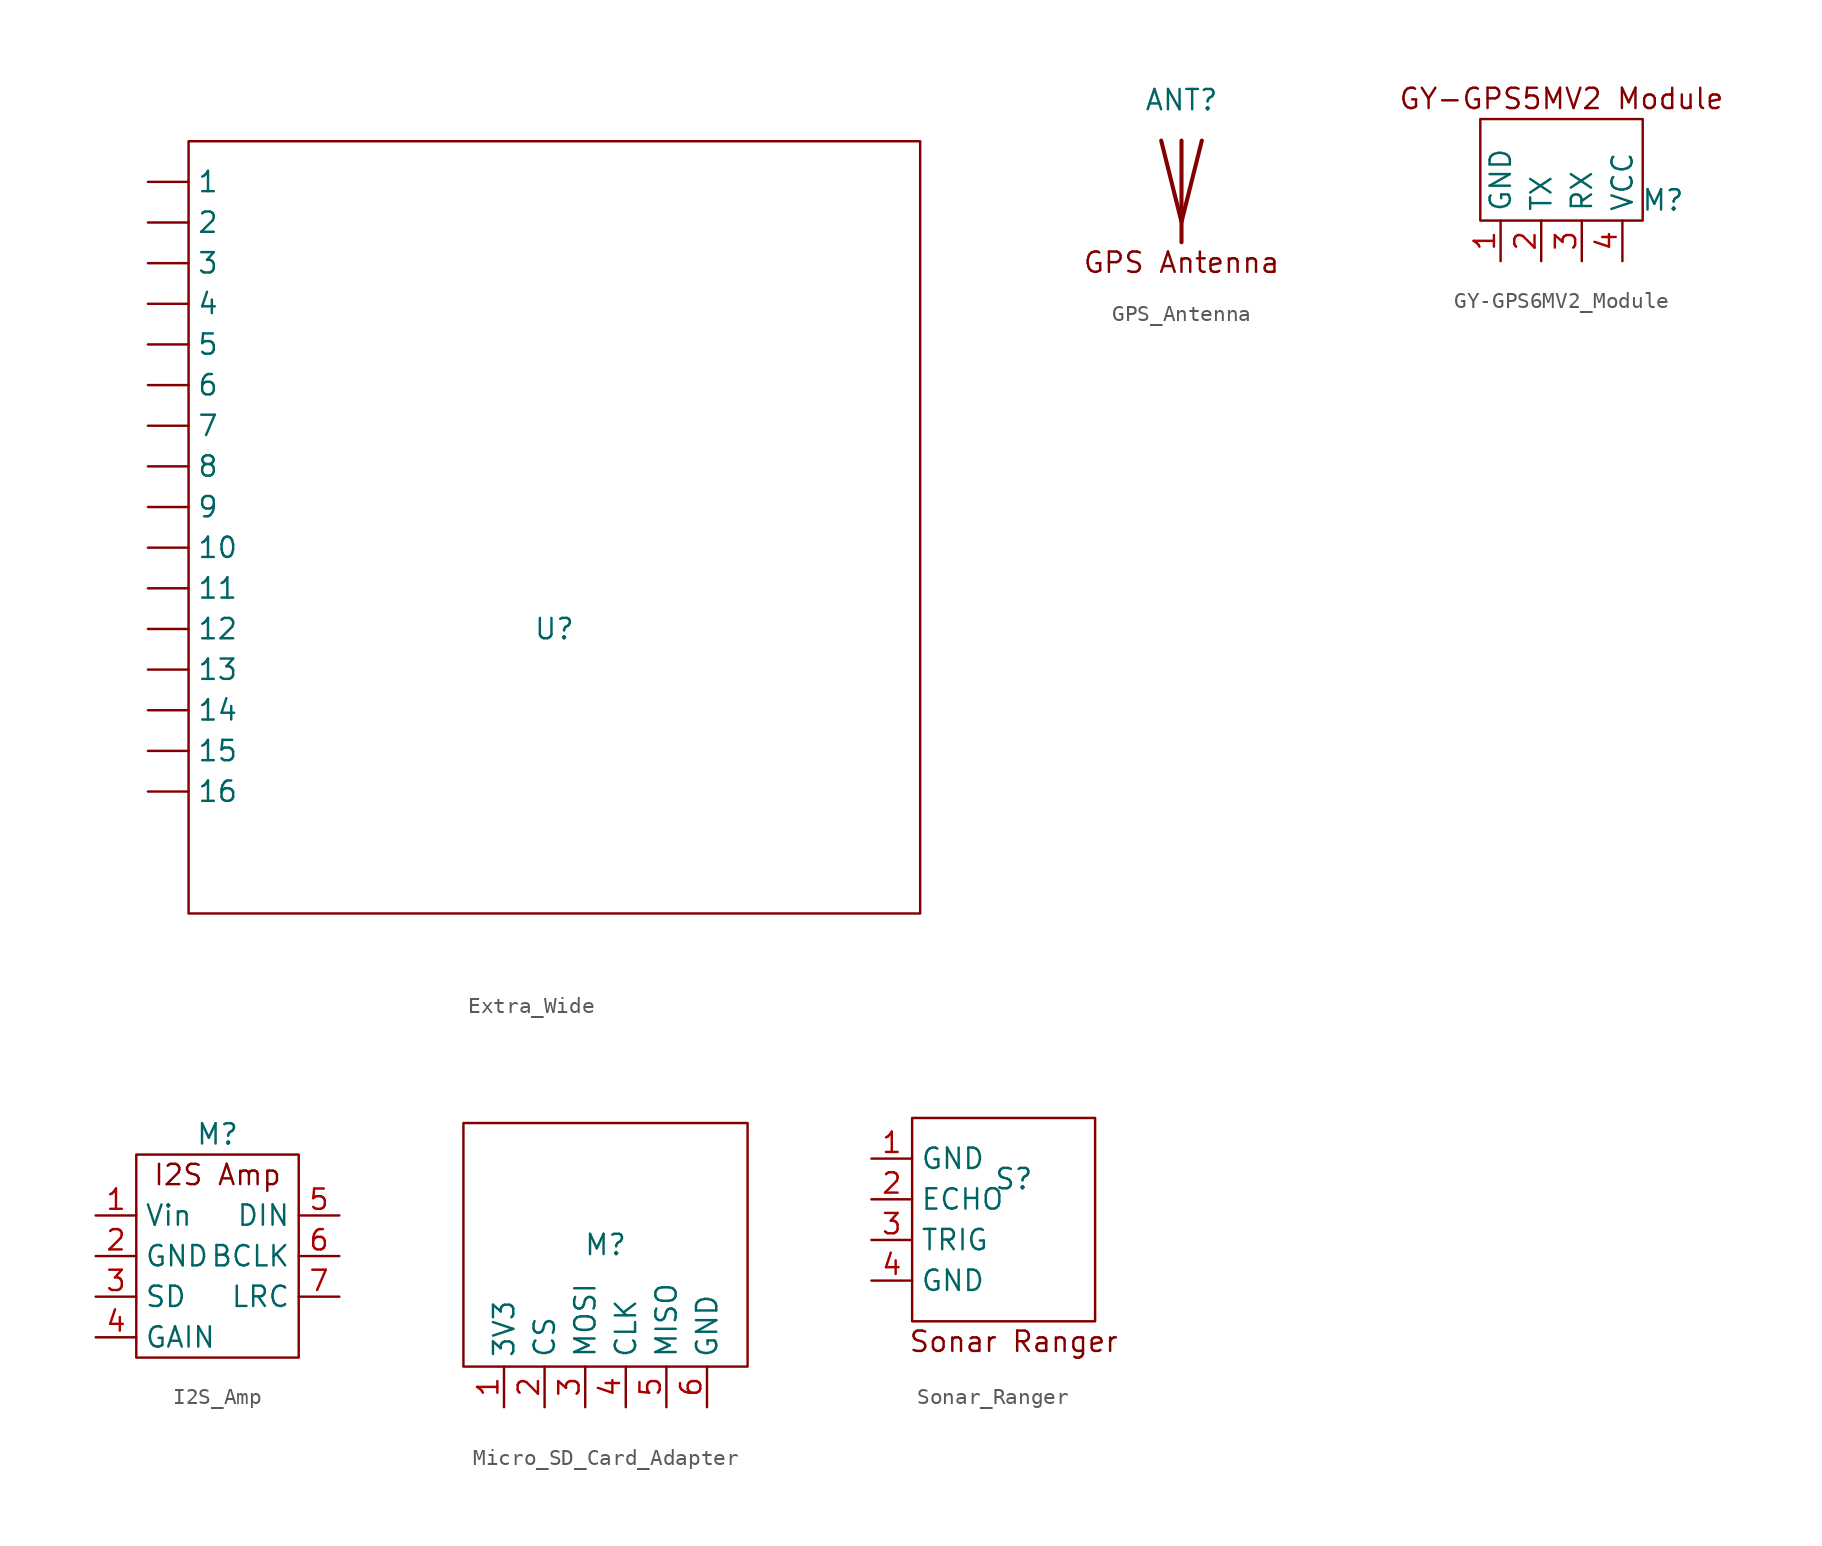
<source format=kicad_sym>
(kicad_symbol_lib
  (version 20231120)
  (generator "kicad_symbol_editor")
  (generator_version "8.0")
  (symbol "Extra_Wide"
    (property "Reference" "U"
      (at 0 0 0)
      (effects (font (size 1.27 1.27))))
    (property "Value" ""
      (at 0 0 0)
      (effects (font (size 1.27 1.27))))
    (symbol "Extra_Wide_0_1"
      (rectangle (start -22.86 30.48) (end 22.86 -17.78) (stroke (width 0) (type default)) (fill (type none))))
    (symbol "Extra_Wide_1_1"
      (pin input line (at -25.4 27.94 0) (length 2.54) (name "1" (effects (font (size 1.27 1.27)))) (number "" (effects (font (size 1.27 1.27)))))
      (pin input line (at -25.4 5.08 0) (length 2.54) (name "10" (effects (font (size 1.27 1.27)))) (number "" (effects (font (size 1.27 1.27)))))
      (pin input line (at -25.4 2.54 0) (length 2.54) (name "11" (effects (font (size 1.27 1.27)))) (number "" (effects (font (size 1.27 1.27)))))
      (pin input line (at -25.4 0 0) (length 2.54) (name "12" (effects (font (size 1.27 1.27)))) (number "" (effects (font (size 1.27 1.27)))))
      (pin input line (at -25.4 -2.54 0) (length 2.54) (name "13" (effects (font (size 1.27 1.27)))) (number "" (effects (font (size 1.27 1.27)))))
      (pin input line (at -25.4 -5.08 0) (length 2.54) (name "14" (effects (font (size 1.27 1.27)))) (number "" (effects (font (size 1.27 1.27)))))
      (pin input line (at -25.4 -7.62 0) (length 2.54) (name "15" (effects (font (size 1.27 1.27)))) (number "" (effects (font (size 1.27 1.27)))))
      (pin input line (at -25.4 -10.16 0) (length 2.54) (name "16" (effects (font (size 1.27 1.27)))) (number "" (effects (font (size 1.27 1.27)))))
      (pin input line (at -25.4 25.4 0) (length 2.54) (name "2" (effects (font (size 1.27 1.27)))) (number "" (effects (font (size 1.27 1.27)))))
      (pin input line (at -25.4 22.86 0) (length 2.54) (name "3" (effects (font (size 1.27 1.27)))) (number "" (effects (font (size 1.27 1.27)))))
      (pin input line (at -25.4 20.32 0) (length 2.54) (name "4" (effects (font (size 1.27 1.27)))) (number "" (effects (font (size 1.27 1.27)))))
      (pin input line (at -25.4 17.78 0) (length 2.54) (name "5" (effects (font (size 1.27 1.27)))) (number "" (effects (font (size 1.27 1.27)))))
      (pin input line (at -25.4 15.24 0) (length 2.54) (name "6" (effects (font (size 1.27 1.27)))) (number "" (effects (font (size 1.27 1.27)))))
      (pin input line (at -25.4 12.7 0) (length 2.54) (name "7" (effects (font (size 1.27 1.27)))) (number "" (effects (font (size 1.27 1.27)))))
      (pin input line (at -25.4 10.16 0) (length 2.54) (name "8" (effects (font (size 1.27 1.27)))) (number "" (effects (font (size 1.27 1.27)))))
      (pin input line (at -25.4 7.62 0) (length 2.54) (name "9" (effects (font (size 1.27 1.27)))) (number "" (effects (font (size 1.27 1.27)))))))
  (symbol "GPS_Antenna"
    (property "Reference" "ANT"
      (at 0 3.81 0)
      (effects (font (size 1.27 1.27))))
    (property "Value" ""
      (at 0 0 0)
      (effects (font (size 1.27 1.27))))
    (symbol "GPS_Antenna_0_1"
      (polyline (pts (xy 0 1.27) (xy 0 -5.08)) (stroke (width 0.254) (type default)) (fill (type none)))
      (polyline (pts (xy 1.27 1.27) (xy 0 -3.81) (xy -1.27 1.27)) (stroke (width 0.254) (type default)) (fill (type none))))
    (symbol "GPS_Antenna_1_1"
      (text "GPS Antenna\n" (at 0 -6.35 0) (effects (font (size 1.27 1.27))))))
  (symbol "GY-GPS6MV2_Module"
    (property "Reference" "M"
      (at 6.35 -2.54 0)
      (effects (font (size 1.27 1.27))))
    (property "Value" ""
      (at 0 0 0)
      (effects (font (size 1.27 1.27))))
    (symbol "GY-GPS6MV2_Module_0_1"
      (rectangle (start -5.08 2.54) (end 5.08 -3.81) (stroke (width 0) (type default)) (fill (type none))))
    (symbol "GY-GPS6MV2_Module_1_1"
      (text "GY-GPS5MV2 Module\n" (at 0 3.81 0) (effects (font (size 1.27 1.27))))
      (pin unspecified line (at -3.81 -6.35 90) (length 2.54) (name "GND" (effects (font (size 1.27 1.27)))) (number "1" (effects (font (size 1.27 1.27)))))
      (pin input line (at -1.27 -6.35 90) (length 2.54) (name "TX" (effects (font (size 1.27 1.27)))) (number "2" (effects (font (size 1.27 1.27)))))
      (pin output line (at 1.27 -6.35 90) (length 2.54) (name "RX" (effects (font (size 1.27 1.27)))) (number "3" (effects (font (size 1.27 1.27)))))
      (pin unspecified line (at 3.81 -6.35 90) (length 2.54) (name "VCC" (effects (font (size 1.27 1.27)))) (number "4" (effects (font (size 1.27 1.27)))))))
  (symbol "I2S_Amp"
    (property "Reference" "M"
      (at 0 7.62 0)
      (effects (font (size 1.27 1.27))))
    (property "Value" ""
      (at 0 7.62 0)
      (effects (font (size 1.27 1.27))))
    (symbol "I2S_Amp_0_1"
      (rectangle (start -5.08 6.35) (end 5.08 -6.35) (stroke (width 0) (type default)) (fill (type none))))
    (symbol "I2S_Amp_1_1"
      (text "I2S Amp" (at 0 5.08 0) (effects (font (size 1.27 1.27))))
      (pin input line (at -7.62 2.54 0) (length 2.54) (name "Vin" (effects (font (size 1.27 1.27)))) (number "1" (effects (font (size 1.27 1.27)))))
      (pin input line (at -7.62 0 0) (length 2.54) (name "GND" (effects (font (size 1.27 1.27)))) (number "2" (effects (font (size 1.27 1.27)))))
      (pin input line (at -7.62 -2.54 0) (length 2.54) (name "SD" (effects (font (size 1.27 1.27)))) (number "3" (effects (font (size 1.27 1.27)))))
      (pin input line (at -7.62 -5.08 0) (length 2.54) (name "GAIN" (effects (font (size 1.27 1.27)))) (number "4" (effects (font (size 1.27 1.27)))))
      (pin input line (at 7.62 2.54 180) (length 2.54) (name "DIN" (effects (font (size 1.27 1.27)))) (number "5" (effects (font (size 1.27 1.27)))))
      (pin input line (at 7.62 0 180) (length 2.54) (name "BCLK" (effects (font (size 1.27 1.27)))) (number "6" (effects (font (size 1.27 1.27)))))
      (pin input line (at 7.62 -2.54 180) (length 2.54) (name "LRC" (effects (font (size 1.27 1.27)))) (number "7" (effects (font (size 1.27 1.27)))))))
  (symbol "Micro_SD_Card_Adapter"
    (property "Reference" "M"
      (at 0 0 0)
      (effects (font (size 1.27 1.27))))
    (property "Value" ""
      (at 0 0 0)
      (effects (font (size 1.27 1.27))))
    (symbol "Micro_SD_Card_Adapter_0_1"
      (rectangle (start -8.89 7.62) (end 8.89 -7.62) (stroke (width 0) (type default)) (fill (type none))))
    (symbol "Micro_SD_Card_Adapter_1_1"
      (pin bidirectional line (at -6.35 -10.16 90) (length 2.54) (name "3V3" (effects (font (size 1.27 1.27)))) (number "1" (effects (font (size 1.27 1.27)))))
      (pin bidirectional line (at -3.81 -10.16 90) (length 2.54) (name "CS" (effects (font (size 1.27 1.27)))) (number "2" (effects (font (size 1.27 1.27)))))
      (pin bidirectional line (at -1.27 -10.16 90) (length 2.54) (name "MOSI" (effects (font (size 1.27 1.27)))) (number "3" (effects (font (size 1.27 1.27)))))
      (pin bidirectional line (at 1.27 -10.16 90) (length 2.54) (name "CLK" (effects (font (size 1.27 1.27)))) (number "4" (effects (font (size 1.27 1.27)))))
      (pin bidirectional line (at 3.81 -10.16 90) (length 2.54) (name "MISO" (effects (font (size 1.27 1.27)))) (number "5" (effects (font (size 1.27 1.27)))))
      (pin bidirectional line (at 6.35 -10.16 90) (length 2.54) (name "GND" (effects (font (size 1.27 1.27)))) (number "6" (effects (font (size 1.27 1.27)))))))
  (symbol "Sonar_Ranger"
    (property "Reference" "S"
      (at 0 2.54 0)
      (effects (font (size 1.27 1.27))))
    (property "Value" ""
      (at 0 2.54 0)
      (effects (font (size 1.27 1.27))))
    (symbol "Sonar_Ranger_0_1"
      (rectangle (start -6.35 6.35) (end 5.08 -6.35) (stroke (width 0) (type default)) (fill (type none))))
    (symbol "Sonar_Ranger_1_1"
      (text "Sonar Ranger" (at 0 -7.62 0) (effects (font (size 1.27 1.27))))
      (pin input line (at -8.89 3.81 0) (length 2.54) (name "GND" (effects (font (size 1.27 1.27)))) (number "1" (effects (font (size 1.27 1.27)))))
      (pin input line (at -8.89 1.27 0) (length 2.54) (name "ECHO" (effects (font (size 1.27 1.27)))) (number "2" (effects (font (size 1.27 1.27)))))
      (pin input line (at -8.89 -1.27 0) (length 2.54) (name "TRIG" (effects (font (size 1.27 1.27)))) (number "3" (effects (font (size 1.27 1.27)))))
      (pin input line (at -8.89 -3.81 0) (length 2.54) (name "GND" (effects (font (size 1.27 1.27)))) (number "4" (effects (font (size 1.27 1.27))))))))
</source>
